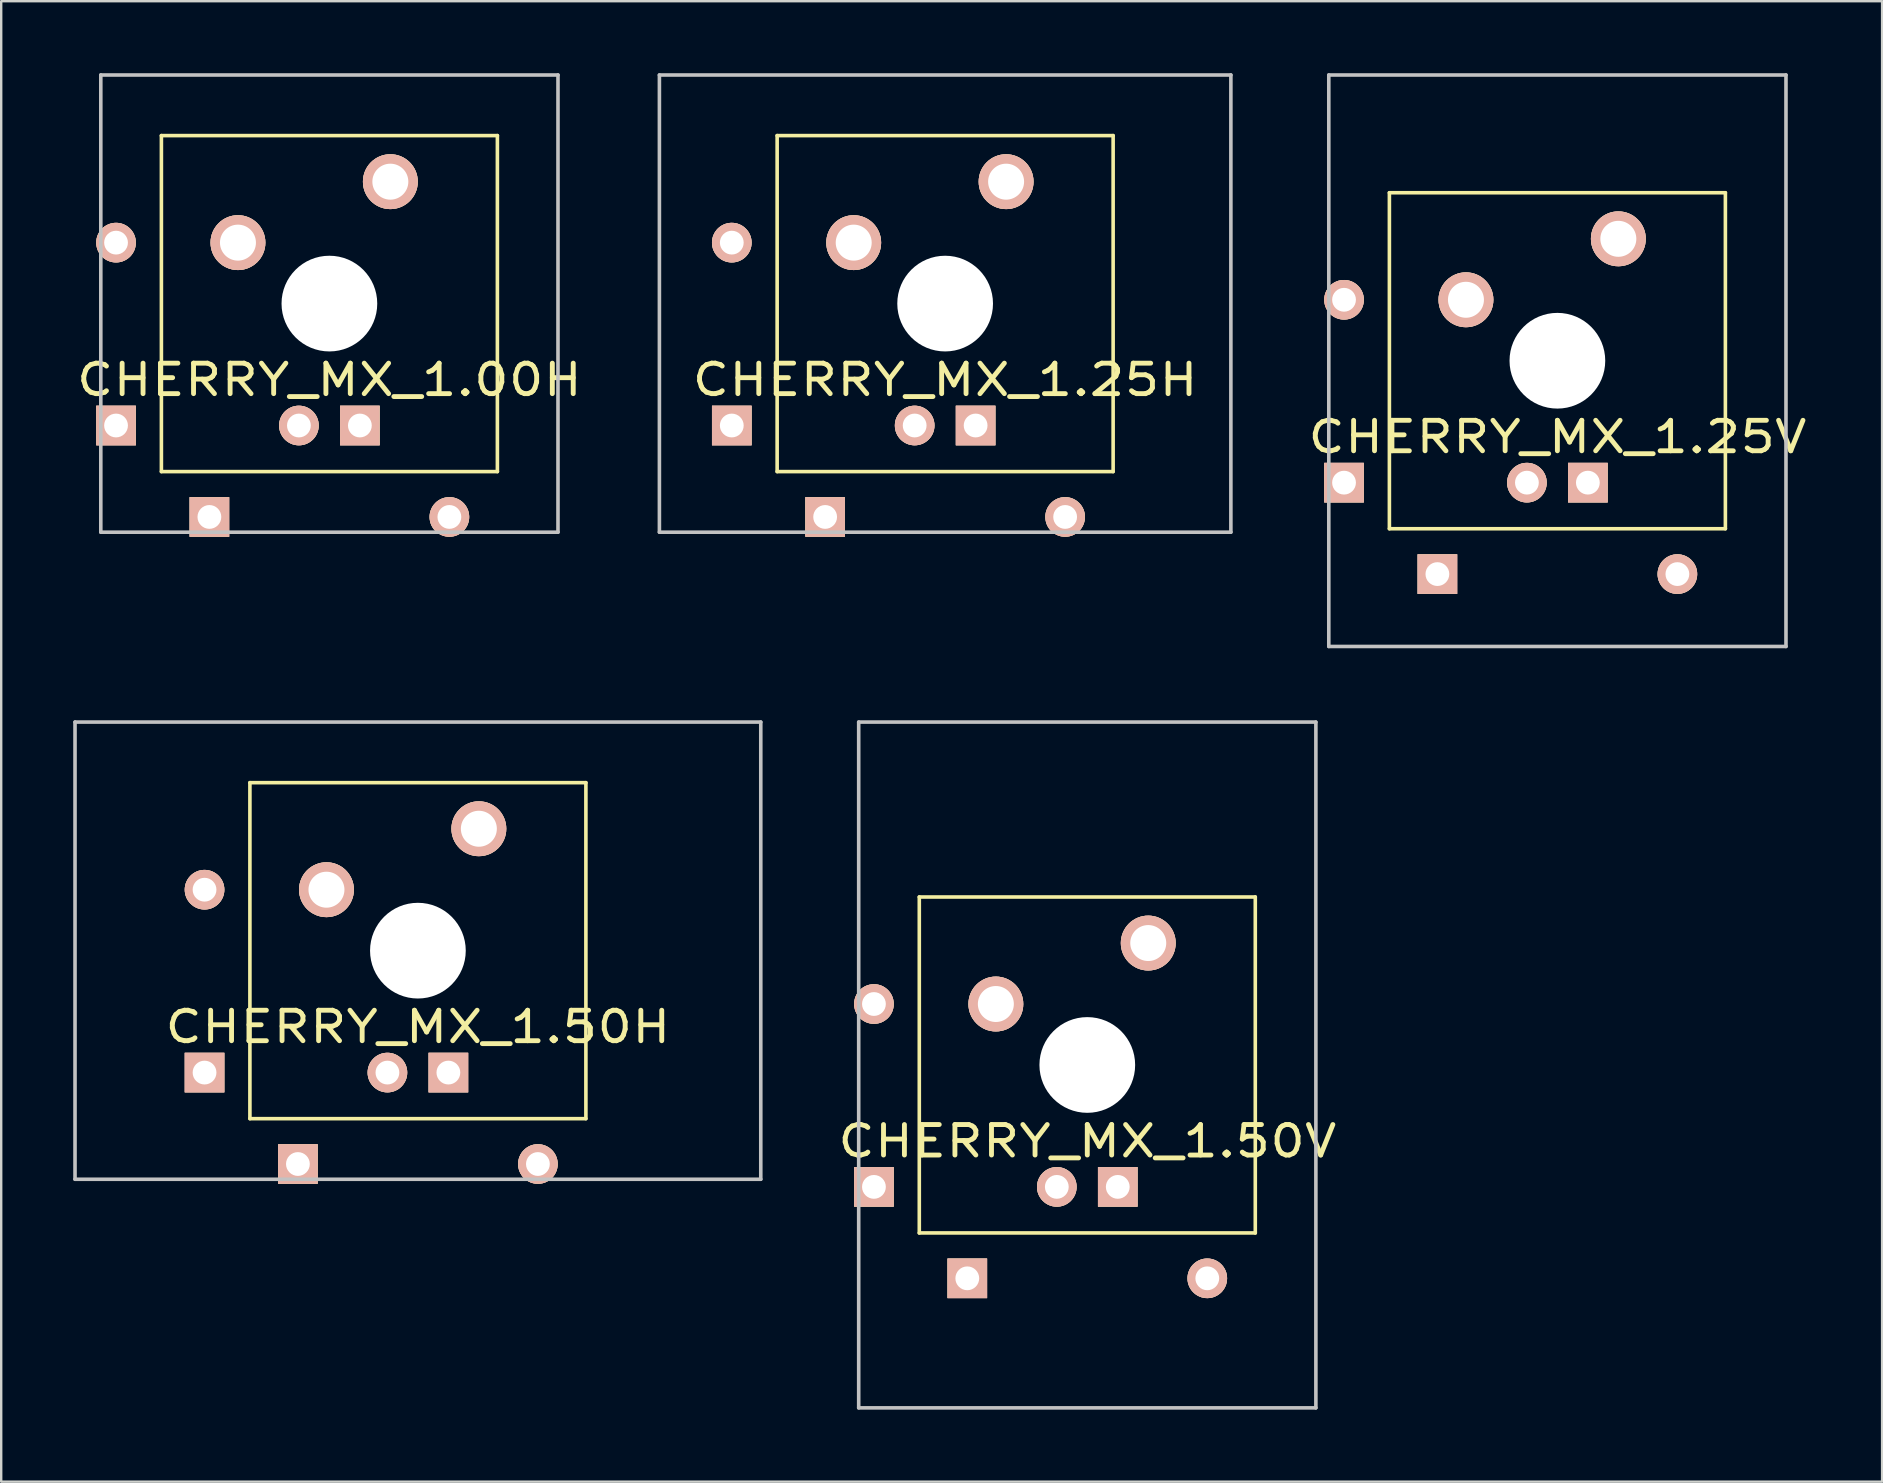
<source format=kicad_pcb>
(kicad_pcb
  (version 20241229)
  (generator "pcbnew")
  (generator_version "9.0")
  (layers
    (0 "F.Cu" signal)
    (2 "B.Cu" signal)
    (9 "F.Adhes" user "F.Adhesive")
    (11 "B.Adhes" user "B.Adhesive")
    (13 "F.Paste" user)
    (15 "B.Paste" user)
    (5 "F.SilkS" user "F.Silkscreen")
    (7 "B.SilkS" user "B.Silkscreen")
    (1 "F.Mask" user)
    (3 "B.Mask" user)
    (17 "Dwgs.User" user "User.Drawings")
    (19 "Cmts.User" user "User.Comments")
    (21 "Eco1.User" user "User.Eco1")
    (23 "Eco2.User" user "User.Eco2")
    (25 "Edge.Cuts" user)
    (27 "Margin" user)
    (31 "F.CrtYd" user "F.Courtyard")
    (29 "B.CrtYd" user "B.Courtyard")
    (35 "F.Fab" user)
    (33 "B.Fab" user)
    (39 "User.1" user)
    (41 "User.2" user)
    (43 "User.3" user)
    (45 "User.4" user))
  (footprint "CHERRY_MX_1.25H"
    (layer "F.Cu")
    (at 36.332 9.6)
    (property "Reference" "CHERRY_MX_1.25H" (at 0 3.175 0) (layer "F.SilkS") (effects (font (size 1.27 1.524) (thickness 0.203))))
    (attr through_hole)
    (fp_line (start -7 -7) (end 7 -7) (stroke (width 0.15) (type solid)) (layer "F.SilkS"))
    (fp_line (start -7 7) (end -7 -7) (stroke (width 0.15) (type solid)) (layer "F.SilkS"))
    (fp_line (start 7 -7) (end 7 7) (stroke (width 0.15) (type solid)) (layer "F.SilkS"))
    (fp_line (start 7 7) (end -7 7) (stroke (width 0.15) (type solid)) (layer "F.SilkS"))
    (fp_line (start -11.906 -9.525) (end -11.906 9.525) (stroke (width 0.15) (type solid)) (layer "Dwgs.User"))
    (fp_line (start -11.906 -9.525) (end 11.906 -9.525) (stroke (width 0.15) (type solid)) (layer "Dwgs.User"))
    (fp_line (start -11.906 9.525) (end 11.906 9.525) (stroke (width 0.15) (type solid)) (layer "Dwgs.User"))
    (fp_line (start 11.906 -9.525) (end 11.906 9.525) (stroke (width 0.15) (type solid)) (layer "Dwgs.User"))
    (pad "" np_thru_hole circle (at 0 0) (size 3.988 3.988) (drill 3.988) (layers "*.Cu" "*.Mask"))
    (pad "1" thru_hole circle (at 2.54 -5.08) (size 2.286 2.286) (drill 1.499) (layers "*.Cu" "*.SilkS" "*.Mask"))
    (pad "2" thru_hole circle (at -3.81 -2.54) (size 2.286 2.286) (drill 1.499) (layers "*.Cu" "*.SilkS" "*.Mask"))
    (pad "3" thru_hole circle (at -8.89 -2.54) (size 1.651 1.651) (drill 0.991) (layers "*.Cu" "*.SilkS" "*.Mask"))
    (pad "4" thru_hole rect (at -8.89 5.08) (size 1.651 1.651) (drill 0.991) (layers "*.Cu" "*.SilkS" "*.Mask"))
    (pad "5" thru_hole circle (at 5 8.89) (size 1.651 1.651) (drill 0.991) (layers "*.Cu" "*.SilkS" "*.Mask"))
    (pad "6" thru_hole rect (at -5 8.89) (size 1.651 1.651) (drill 0.991) (layers "*.Cu" "*.SilkS" "*.Mask"))
    (pad "7" thru_hole circle (at -1.27 5.08) (size 1.651 1.651) (drill 0.991) (layers "*.Cu" "*.SilkS" "*.Mask"))
    (pad "8" thru_hole rect (at 1.27 5.08) (size 1.651 1.651) (drill 0.991) (layers "*.Cu" "*.SilkS" "*.Mask")))
  (footprint "CHERRY_MX_1.00H"
    (layer "F.Cu")
    (at 10.675 9.6)
    (property "Reference" "CHERRY_MX_1.00H" (at 0 3.175 0) (layer "F.SilkS") (effects (font (size 1.27 1.524) (thickness 0.203))))
    (attr through_hole)
    (fp_line (start -7 -7) (end 7 -7) (stroke (width 0.15) (type solid)) (layer "F.SilkS"))
    (fp_line (start -7 7) (end -7 -7) (stroke (width 0.15) (type solid)) (layer "F.SilkS"))
    (fp_line (start 7 -7) (end 7 7) (stroke (width 0.15) (type solid)) (layer "F.SilkS"))
    (fp_line (start 7 7) (end -7 7) (stroke (width 0.15) (type solid)) (layer "F.SilkS"))
    (fp_line (start -9.525 -9.525) (end -9.525 9.525) (stroke (width 0.15) (type solid)) (layer "Dwgs.User"))
    (fp_line (start -9.525 -9.525) (end 9.525 -9.525) (stroke (width 0.15) (type solid)) (layer "Dwgs.User"))
    (fp_line (start -9.525 9.525) (end 9.525 9.525) (stroke (width 0.15) (type solid)) (layer "Dwgs.User"))
    (fp_line (start 9.525 -9.525) (end 9.525 9.525) (stroke (width 0.15) (type solid)) (layer "Dwgs.User"))
    (pad "" np_thru_hole circle (at 0 0) (size 3.988 3.988) (drill 3.988) (layers "*.Cu" "*.Mask"))
    (pad "1" thru_hole circle (at 2.54 -5.08) (size 2.286 2.286) (drill 1.499) (layers "*.Cu" "*.SilkS" "*.Mask"))
    (pad "2" thru_hole circle (at -3.81 -2.54) (size 2.286 2.286) (drill 1.499) (layers "*.Cu" "*.SilkS" "*.Mask"))
    (pad "3" thru_hole circle (at -8.89 -2.54) (size 1.651 1.651) (drill 0.991) (layers "*.Cu" "*.SilkS" "*.Mask"))
    (pad "4" thru_hole rect (at -8.89 5.08) (size 1.651 1.651) (drill 0.991) (layers "*.Cu" "*.SilkS" "*.Mask"))
    (pad "5" thru_hole circle (at 5 8.89) (size 1.651 1.651) (drill 0.991) (layers "*.Cu" "*.SilkS" "*.Mask"))
    (pad "6" thru_hole rect (at -5 8.89) (size 1.651 1.651) (drill 0.991) (layers "*.Cu" "*.SilkS" "*.Mask"))
    (pad "7" thru_hole circle (at -1.27 5.08) (size 1.651 1.651) (drill 0.991) (layers "*.Cu" "*.SilkS" "*.Mask"))
    (pad "8" thru_hole rect (at 1.27 5.08) (size 1.651 1.651) (drill 0.991) (layers "*.Cu" "*.SilkS" "*.Mask")))
  (footprint "CHERRY_MX_1.25V"
    (layer "F.Cu")
    (at 61.843 11.981)
    (property "Reference" "CHERRY_MX_1.25V" (at 0 3.175 0) (layer "F.SilkS") (effects (font (size 1.27 1.524) (thickness 0.203))))
    (attr through_hole)
    (fp_line (start -7 -7) (end 7 -7) (stroke (width 0.15) (type solid)) (layer "F.SilkS"))
    (fp_line (start -7 7) (end -7 -7) (stroke (width 0.15) (type solid)) (layer "F.SilkS"))
    (fp_line (start 7 -7) (end 7 7) (stroke (width 0.15) (type solid)) (layer "F.SilkS"))
    (fp_line (start 7 7) (end -7 7) (stroke (width 0.15) (type solid)) (layer "F.SilkS"))
    (fp_line (start -9.525 -11.906) (end -9.525 11.906) (stroke (width 0.15) (type solid)) (layer "Dwgs.User"))
    (fp_line (start -9.525 -11.906) (end 9.525 -11.906) (stroke (width 0.15) (type solid)) (layer "Dwgs.User"))
    (fp_line (start -9.525 11.906) (end 9.525 11.906) (stroke (width 0.15) (type solid)) (layer "Dwgs.User"))
    (fp_line (start 9.525 -11.906) (end 9.525 11.906) (stroke (width 0.15) (type solid)) (layer "Dwgs.User"))
    (pad "" np_thru_hole circle (at 0 0) (size 3.988 3.988) (drill 3.988) (layers "*.Cu" "*.Mask"))
    (pad "1" thru_hole circle (at 2.54 -5.08) (size 2.286 2.286) (drill 1.499) (layers "*.Cu" "*.SilkS" "*.Mask"))
    (pad "2" thru_hole circle (at -3.81 -2.54) (size 2.286 2.286) (drill 1.499) (layers "*.Cu" "*.SilkS" "*.Mask"))
    (pad "3" thru_hole circle (at -8.89 -2.54) (size 1.651 1.651) (drill 0.991) (layers "*.Cu" "*.SilkS" "*.Mask"))
    (pad "4" thru_hole rect (at -8.89 5.08) (size 1.651 1.651) (drill 0.991) (layers "*.Cu" "*.SilkS" "*.Mask"))
    (pad "5" thru_hole circle (at 5 8.89) (size 1.651 1.651) (drill 0.991) (layers "*.Cu" "*.SilkS" "*.Mask"))
    (pad "6" thru_hole rect (at -5 8.89) (size 1.651 1.651) (drill 0.991) (layers "*.Cu" "*.SilkS" "*.Mask"))
    (pad "7" thru_hole circle (at -1.27 5.08) (size 1.651 1.651) (drill 0.991) (layers "*.Cu" "*.SilkS" "*.Mask"))
    (pad "8" thru_hole rect (at 1.27 5.08) (size 1.651 1.651) (drill 0.991) (layers "*.Cu" "*.SilkS" "*.Mask")))
  (footprint "CHERRY_MX_1.50H"
    (layer "F.Cu")
    (at 14.363 36.562)
    (property "Reference" "CHERRY_MX_1.50H" (at 0 3.175 0) (layer "F.SilkS") (effects (font (size 1.27 1.524) (thickness 0.203))))
    (attr through_hole)
    (fp_line (start -7 -7) (end 7 -7) (stroke (width 0.15) (type solid)) (layer "F.SilkS"))
    (fp_line (start -7 7) (end -7 -7) (stroke (width 0.15) (type solid)) (layer "F.SilkS"))
    (fp_line (start 7 -7) (end 7 7) (stroke (width 0.15) (type solid)) (layer "F.SilkS"))
    (fp_line (start 7 7) (end -7 7) (stroke (width 0.15) (type solid)) (layer "F.SilkS"))
    (fp_line (start -14.287 -9.525) (end -14.287 9.525) (stroke (width 0.15) (type solid)) (layer "Dwgs.User"))
    (fp_line (start -14.287 -9.525) (end 14.287 -9.525) (stroke (width 0.15) (type solid)) (layer "Dwgs.User"))
    (fp_line (start -14.287 9.525) (end 14.287 9.525) (stroke (width 0.15) (type solid)) (layer "Dwgs.User"))
    (fp_line (start 14.287 -9.525) (end 14.287 9.525) (stroke (width 0.15) (type solid)) (layer "Dwgs.User"))
    (pad "" np_thru_hole circle (at 0 0) (size 3.988 3.988) (drill 3.988) (layers "*.Cu" "*.Mask"))
    (pad "1" thru_hole circle (at 2.54 -5.08) (size 2.286 2.286) (drill 1.499) (layers "*.Cu" "*.SilkS" "*.Mask"))
    (pad "2" thru_hole circle (at -3.81 -2.54) (size 2.286 2.286) (drill 1.499) (layers "*.Cu" "*.SilkS" "*.Mask"))
    (pad "3" thru_hole circle (at -8.89 -2.54) (size 1.651 1.651) (drill 0.991) (layers "*.Cu" "*.SilkS" "*.Mask"))
    (pad "4" thru_hole rect (at -8.89 5.08) (size 1.651 1.651) (drill 0.991) (layers "*.Cu" "*.SilkS" "*.Mask"))
    (pad "5" thru_hole circle (at 5 8.89) (size 1.651 1.651) (drill 0.991) (layers "*.Cu" "*.SilkS" "*.Mask"))
    (pad "6" thru_hole rect (at -5 8.89) (size 1.651 1.651) (drill 0.991) (layers "*.Cu" "*.SilkS" "*.Mask"))
    (pad "7" thru_hole circle (at -1.27 5.08) (size 1.651 1.651) (drill 0.991) (layers "*.Cu" "*.SilkS" "*.Mask"))
    (pad "8" thru_hole rect (at 1.27 5.08) (size 1.651 1.651) (drill 0.991) (layers "*.Cu" "*.SilkS" "*.Mask")))
  (footprint "CHERRY_MX_1.50V"
    (layer "F.Cu")
    (at 42.255 41.325)
    (property "Reference" "CHERRY_MX_1.50V" (at 0 3.175 0) (layer "F.SilkS") (effects (font (size 1.27 1.524) (thickness 0.203))))
    (attr through_hole)
    (fp_line (start -7 -7) (end 7 -7) (stroke (width 0.15) (type solid)) (layer "F.SilkS"))
    (fp_line (start -7 7) (end -7 -7) (stroke (width 0.15) (type solid)) (layer "F.SilkS"))
    (fp_line (start 7 -7) (end 7 7) (stroke (width 0.15) (type solid)) (layer "F.SilkS"))
    (fp_line (start 7 7) (end -7 7) (stroke (width 0.15) (type solid)) (layer "F.SilkS"))
    (fp_line (start -9.525 -14.287) (end -9.525 14.287) (stroke (width 0.15) (type solid)) (layer "Dwgs.User"))
    (fp_line (start -9.525 -14.287) (end 9.525 -14.287) (stroke (width 0.15) (type solid)) (layer "Dwgs.User"))
    (fp_line (start -9.525 14.287) (end 9.525 14.287) (stroke (width 0.15) (type solid)) (layer "Dwgs.User"))
    (fp_line (start 9.525 -14.287) (end 9.525 14.287) (stroke (width 0.15) (type solid)) (layer "Dwgs.User"))
    (pad "" np_thru_hole circle (at 0 0) (size 3.988 3.988) (drill 3.988) (layers "*.Cu" "*.Mask"))
    (pad "1" thru_hole circle (at 2.54 -5.08) (size 2.286 2.286) (drill 1.499) (layers "*.Cu" "*.SilkS" "*.Mask"))
    (pad "2" thru_hole circle (at -3.81 -2.54) (size 2.286 2.286) (drill 1.499) (layers "*.Cu" "*.SilkS" "*.Mask"))
    (pad "3" thru_hole circle (at -8.89 -2.54) (size 1.651 1.651) (drill 0.991) (layers "*.Cu" "*.SilkS" "*.Mask"))
    (pad "4" thru_hole rect (at -8.89 5.08) (size 1.651 1.651) (drill 0.991) (layers "*.Cu" "*.SilkS" "*.Mask"))
    (pad "5" thru_hole circle (at 5 8.89) (size 1.651 1.651) (drill 0.991) (layers "*.Cu" "*.SilkS" "*.Mask"))
    (pad "6" thru_hole rect (at -5 8.89) (size 1.651 1.651) (drill 0.991) (layers "*.Cu" "*.SilkS" "*.Mask"))
    (pad "7" thru_hole circle (at -1.27 5.08) (size 1.651 1.651) (drill 0.991) (layers "*.Cu" "*.SilkS" "*.Mask"))
    (pad "8" thru_hole rect (at 1.27 5.08) (size 1.651 1.651) (drill 0.991) (layers "*.Cu" "*.SilkS" "*.Mask")))
  (gr_rect
    (start -3 -3)
    (end 75.373 58.688)
    (stroke (width 0.1) (type default))
    (fill no)
    (layer "Edge.Cuts")))
</source>
